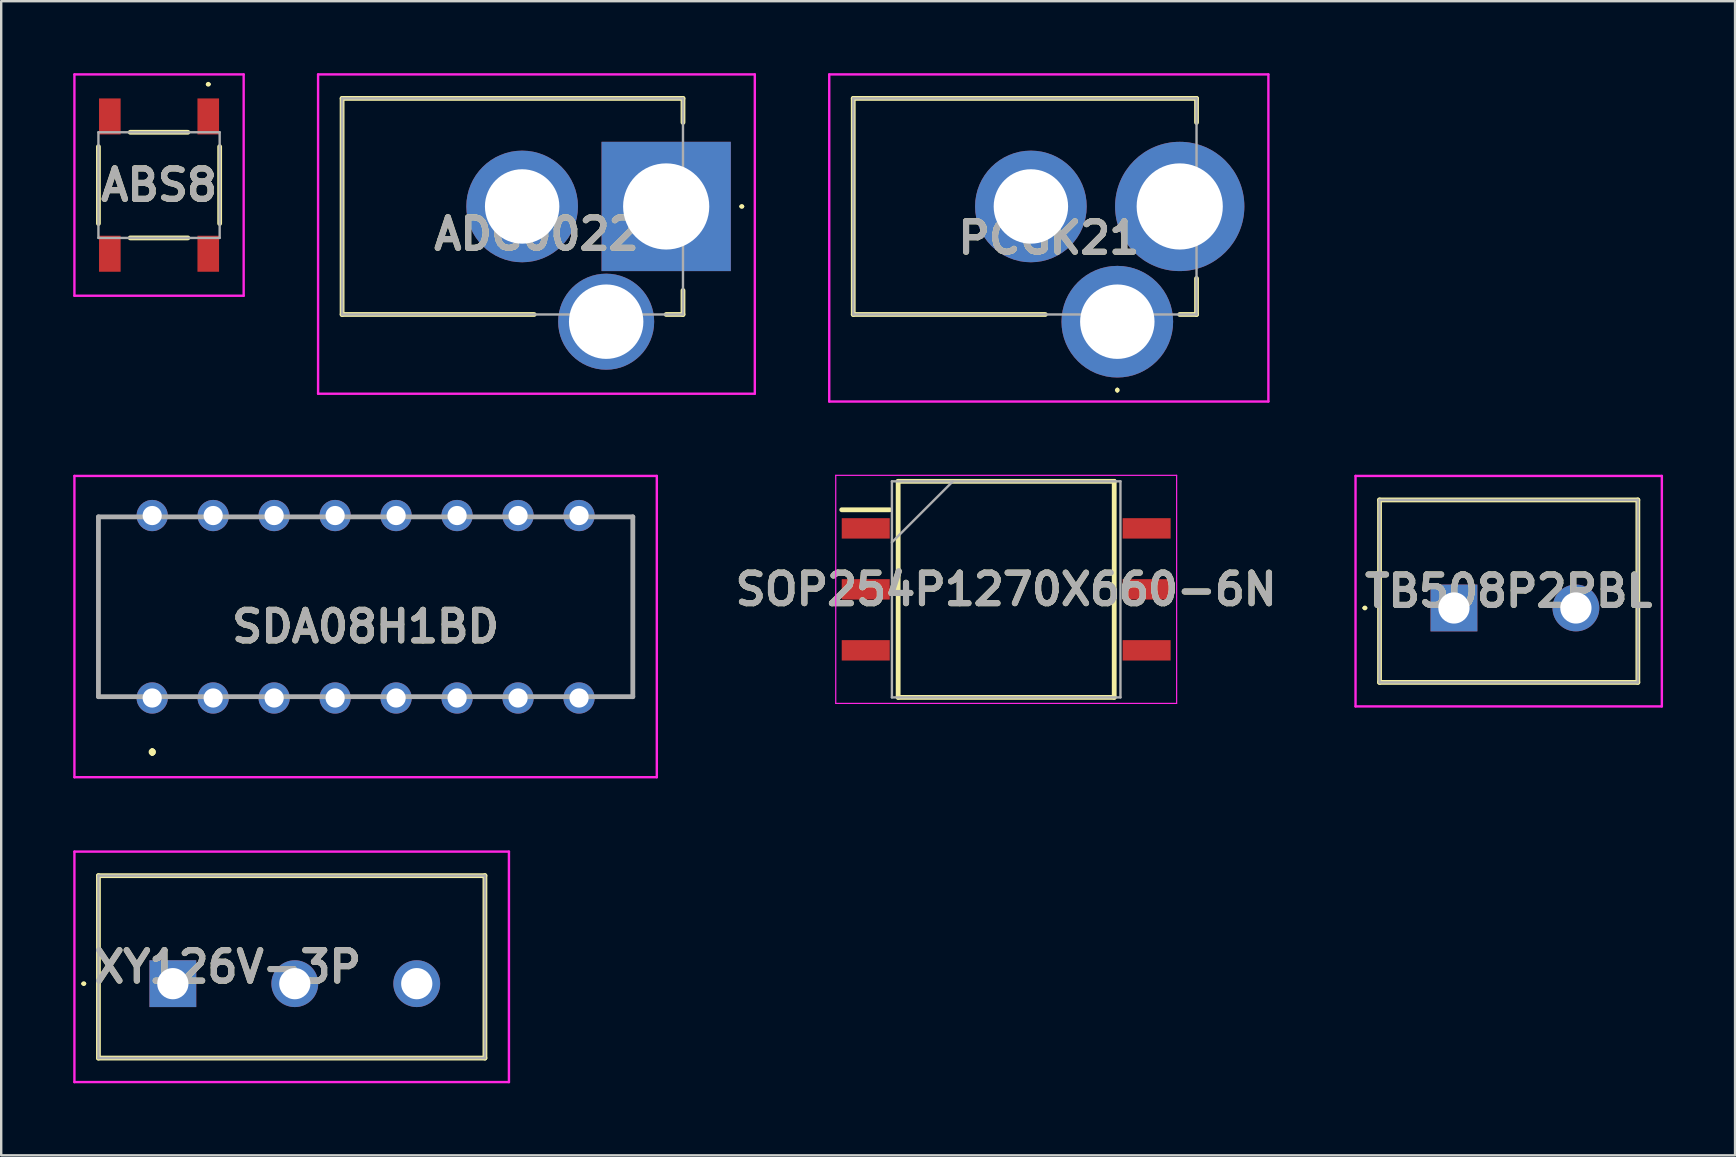
<source format=kicad_pcb>
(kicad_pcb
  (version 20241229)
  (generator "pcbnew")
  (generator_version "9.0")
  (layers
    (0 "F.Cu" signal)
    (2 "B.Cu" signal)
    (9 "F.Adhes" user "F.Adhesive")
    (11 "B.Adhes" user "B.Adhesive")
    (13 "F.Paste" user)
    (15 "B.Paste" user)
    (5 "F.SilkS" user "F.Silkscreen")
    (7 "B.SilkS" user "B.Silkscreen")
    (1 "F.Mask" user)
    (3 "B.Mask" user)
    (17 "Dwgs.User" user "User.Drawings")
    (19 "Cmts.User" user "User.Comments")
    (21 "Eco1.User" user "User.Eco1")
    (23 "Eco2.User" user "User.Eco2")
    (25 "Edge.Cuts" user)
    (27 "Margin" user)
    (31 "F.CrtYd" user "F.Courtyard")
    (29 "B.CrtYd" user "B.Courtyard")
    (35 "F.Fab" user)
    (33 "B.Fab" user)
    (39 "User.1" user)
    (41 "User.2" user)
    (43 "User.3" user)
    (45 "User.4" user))
  (footprint "PCGK21"
    (layer "F.Cu")
    (at 43.492 10.35)
    (property "Reference" "PCGK21" (at -2.854 -3.487 0) (layer "F.SilkS") (effects (font (size 1.27 1.27) (thickness 0.254))))
    (attr through_hole)
    (fp_line (start -11 -9.3) (end -11 -0.3) (stroke (width 0.2) (type solid)) (layer "F.SilkS"))
    (fp_line (start -11 -0.3) (end -3 -0.3) (stroke (width 0.2) (type solid)) (layer "F.SilkS"))
    (fp_line (start 0 2.8) (end 0 2.8) (stroke (width 0.1) (type solid)) (layer "F.SilkS"))
    (fp_line (start 0 2.9) (end 0 2.9) (stroke (width 0.1) (type solid)) (layer "F.SilkS"))
    (fp_line (start 3.3 -9.3) (end -11 -9.3) (stroke (width 0.2) (type solid)) (layer "F.SilkS"))
    (fp_line (start 3.3 -8.3) (end 3.3 -9.3) (stroke (width 0.2) (type solid)) (layer "F.SilkS"))
    (fp_line (start 3.3 -1.8) (end 3.3 -0.3) (stroke (width 0.2) (type solid)) (layer "F.SilkS"))
    (fp_line (start 3.3 -0.3) (end 2.6 -0.3) (stroke (width 0.2) (type solid)) (layer "F.SilkS"))
    (fp_arc (start 0 2.8) (mid 0.05 2.85) (end 0 2.9) (stroke (width 0.1) (type solid)) (layer "F.SilkS"))
    (fp_arc (start 0 2.9) (mid -0.05 2.85) (end 0 2.8) (stroke (width 0.1) (type solid)) (layer "F.SilkS"))
    (fp_line (start -12 -10.3) (end 6.293 -10.3) (stroke (width 0.1) (type solid)) (layer "F.CrtYd"))
    (fp_line (start -12 3.325) (end -12 -10.3) (stroke (width 0.1) (type solid)) (layer "F.CrtYd"))
    (fp_line (start 6.293 -10.3) (end 6.293 3.325) (stroke (width 0.1) (type solid)) (layer "F.CrtYd"))
    (fp_line (start 6.293 3.325) (end -12 3.325) (stroke (width 0.1) (type solid)) (layer "F.CrtYd"))
    (fp_line (start -11 -9.3) (end 3.3 -9.3) (stroke (width 0.1) (type solid)) (layer "F.Fab"))
    (fp_line (start -11 -0.3) (end -11 -9.3) (stroke (width 0.1) (type solid)) (layer "F.Fab"))
    (fp_line (start 3.3 -9.3) (end 3.3 -0.3) (stroke (width 0.1) (type solid)) (layer "F.Fab"))
    (fp_line (start 3.3 -0.3) (end -11 -0.3) (stroke (width 0.1) (type solid)) (layer "F.Fab"))
    (fp_text user "${REFERENCE}" (at -2.854 -3.487 0) (layer "F.Fab") (effects (font (size 1.27 1.27) (thickness 0.254))))
    (pad "2" thru_hole circle (at 0 0) (size 4.65 4.65) (drill 3.1) (layers "*.Cu" "*.Mask"))
    (pad "3" thru_hole circle (at -3.6 -4.8) (size 4.65 4.65) (drill 3.1) (layers "*.Cu" "*.Mask"))
    (pad "4" thru_hole circle (at 2.6 -4.8) (size 5.385 5.385) (drill 3.59) (layers "*.Cu" "*.Mask")))
  (footprint "SOP254P1270X660-6N"
    (layer "F.Cu")
    (at 38.863 21.5)
    (property "Reference" "SOP254P1270X660-6N" (at 0 0 0) (layer "F.SilkS") (effects (font (size 1.27 1.27) (thickness 0.254))))
    (attr smd)
    (fp_line (start -6.85 -3.315) (end -4.85 -3.315) (stroke (width 0.2) (type solid)) (layer "F.SilkS"))
    (fp_line (start -4.5 -4.5) (end 4.5 -4.5) (stroke (width 0.2) (type solid)) (layer "F.SilkS"))
    (fp_line (start -4.5 4.5) (end -4.5 -4.5) (stroke (width 0.2) (type solid)) (layer "F.SilkS"))
    (fp_line (start 4.5 -4.5) (end 4.5 4.5) (stroke (width 0.2) (type solid)) (layer "F.SilkS"))
    (fp_line (start 4.5 4.5) (end -4.5 4.5) (stroke (width 0.2) (type solid)) (layer "F.SilkS"))
    (fp_line (start -7.1 -4.75) (end 7.1 -4.75) (stroke (width 0.05) (type solid)) (layer "F.CrtYd"))
    (fp_line (start -7.1 4.75) (end -7.1 -4.75) (stroke (width 0.05) (type solid)) (layer "F.CrtYd"))
    (fp_line (start 7.1 -4.75) (end 7.1 4.75) (stroke (width 0.05) (type solid)) (layer "F.CrtYd"))
    (fp_line (start 7.1 4.75) (end -7.1 4.75) (stroke (width 0.05) (type solid)) (layer "F.CrtYd"))
    (fp_line (start -4.76 -4.5) (end 4.76 -4.5) (stroke (width 0.1) (type solid)) (layer "F.Fab"))
    (fp_line (start -4.76 -1.96) (end -2.22 -4.5) (stroke (width 0.1) (type solid)) (layer "F.Fab"))
    (fp_line (start -4.76 4.5) (end -4.76 -4.5) (stroke (width 0.1) (type solid)) (layer "F.Fab"))
    (fp_line (start 4.76 -4.5) (end 4.76 4.5) (stroke (width 0.1) (type solid)) (layer "F.Fab"))
    (fp_line (start 4.76 4.5) (end -4.76 4.5) (stroke (width 0.1) (type solid)) (layer "F.Fab"))
    (fp_text user "${REFERENCE}" (at 0 0 0) (layer "F.Fab") (effects (font (size 1.27 1.27) (thickness 0.254))))
    (pad "1" smd rect (at -5.85 -2.54 90) (size 0.85 2) (layers "F.Cu" "F.Mask" "F.Paste"))
    (pad "2" smd rect (at -5.85 0 90) (size 0.85 2) (layers "F.Cu" "F.Mask" "F.Paste"))
    (pad "3" smd rect (at -5.85 2.54 90) (size 0.85 2) (layers "F.Cu" "F.Mask" "F.Paste"))
    (pad "4" smd rect (at 5.85 2.54 90) (size 0.85 2) (layers "F.Cu" "F.Mask" "F.Paste"))
    (pad "5" smd rect (at 5.85 0 90) (size 0.85 2) (layers "F.Cu" "F.Mask" "F.Paste"))
    (pad "6" smd rect (at 5.85 -2.54 90) (size 0.85 2) (layers "F.Cu" "F.Mask" "F.Paste")))
  (footprint "XY126V-3P"
    (layer "F.Cu")
    (at 4.15 37.925)
    (property "Reference" "XY126V-3P" (at 2.28 -0.7 0) (layer "F.SilkS") (effects (font (size 1.27 1.27) (thickness 0.254))))
    (attr through_hole)
    (fp_line (start -3.76 0) (end -3.76 0) (stroke (width 0.1) (type solid)) (layer "F.SilkS"))
    (fp_line (start -3.66 0) (end -3.66 0) (stroke (width 0.1) (type solid)) (layer "F.SilkS"))
    (fp_line (start -3.1 -4.5) (end 13 -4.5) (stroke (width 0.2) (type solid)) (layer "F.SilkS"))
    (fp_line (start -3.1 3.1) (end -3.1 -4.5) (stroke (width 0.2) (type solid)) (layer "F.SilkS"))
    (fp_line (start 13 -4.5) (end 13 3.1) (stroke (width 0.2) (type solid)) (layer "F.SilkS"))
    (fp_line (start 13 3.1) (end -3.1 3.1) (stroke (width 0.2) (type solid)) (layer "F.SilkS"))
    (fp_arc (start -3.76 0) (mid -3.71 -0.05) (end -3.66 0) (stroke (width 0.1) (type solid)) (layer "F.SilkS"))
    (fp_arc (start -3.66 0) (mid -3.71 0.05) (end -3.76 0) (stroke (width 0.1) (type solid)) (layer "F.SilkS"))
    (fp_line (start -4.1 -5.5) (end 14 -5.5) (stroke (width 0.1) (type solid)) (layer "F.CrtYd"))
    (fp_line (start -4.1 4.1) (end -4.1 -5.5) (stroke (width 0.1) (type solid)) (layer "F.CrtYd"))
    (fp_line (start 14 -5.5) (end 14 4.1) (stroke (width 0.1) (type solid)) (layer "F.CrtYd"))
    (fp_line (start 14 4.1) (end -4.1 4.1) (stroke (width 0.1) (type solid)) (layer "F.CrtYd"))
    (fp_line (start -3.1 -4.5) (end 13 -4.5) (stroke (width 0.1) (type solid)) (layer "F.Fab"))
    (fp_line (start -3.1 3.1) (end -3.1 -4.5) (stroke (width 0.1) (type solid)) (layer "F.Fab"))
    (fp_line (start 13 -4.5) (end 13 3.1) (stroke (width 0.1) (type solid)) (layer "F.Fab"))
    (fp_line (start 13 3.1) (end -3.1 3.1) (stroke (width 0.1) (type solid)) (layer "F.Fab"))
    (fp_text user "${REFERENCE}" (at 2.28 -0.7 0) (layer "F.Fab") (effects (font (size 1.27 1.27) (thickness 0.254))))
    (pad "1" thru_hole rect (at 0 0) (size 1.95 1.95) (drill 1.3) (layers "*.Cu" "*.Mask"))
    (pad "2" thru_hole circle (at 5.08 0) (size 1.95 1.95) (drill 1.3) (layers "*.Cu" "*.Mask"))
    (pad "2" thru_hole circle (at 10.16 0) (size 1.95 1.95) (drill 1.3) (layers "*.Cu" "*.Mask")))
  (footprint "ABS8"
    (layer "F.Cu")
    (at 3.575 4.66)
    (property "Reference" "ABS8" (at 0 0 0) (layer "F.SilkS") (effects (font (size 1.27 1.27) (thickness 0.254))))
    (attr smd)
    (fp_line (start -2.525 -1.6) (end -2.525 1.6) (stroke (width 0.2) (type solid)) (layer "F.SilkS"))
    (fp_line (start -1.2 -2.2) (end 1.2 -2.2) (stroke (width 0.2) (type solid)) (layer "F.SilkS"))
    (fp_line (start -1.2 2.2) (end 1.2 2.2) (stroke (width 0.2) (type solid)) (layer "F.SilkS"))
    (fp_line (start 2 -4.2) (end 2 -4.2) (stroke (width 0.1) (type solid)) (layer "F.SilkS"))
    (fp_line (start 2.1 -4.2) (end 2.1 -4.2) (stroke (width 0.1) (type solid)) (layer "F.SilkS"))
    (fp_line (start 2.525 -1.6) (end 2.525 1.6) (stroke (width 0.2) (type solid)) (layer "F.SilkS"))
    (fp_arc (start 2 -4.2) (mid 2.05 -4.25) (end 2.1 -4.2) (stroke (width 0.1) (type solid)) (layer "F.SilkS"))
    (fp_arc (start 2.1 -4.2) (mid 2.05 -4.15) (end 2 -4.2) (stroke (width 0.1) (type solid)) (layer "F.SilkS"))
    (fp_line (start -3.525 -4.61) (end 3.525 -4.61) (stroke (width 0.1) (type solid)) (layer "F.CrtYd"))
    (fp_line (start -3.525 4.61) (end -3.525 -4.61) (stroke (width 0.1) (type solid)) (layer "F.CrtYd"))
    (fp_line (start 3.525 -4.61) (end 3.525 4.61) (stroke (width 0.1) (type solid)) (layer "F.CrtYd"))
    (fp_line (start 3.525 4.61) (end -3.525 4.61) (stroke (width 0.1) (type solid)) (layer "F.CrtYd"))
    (fp_line (start -2.525 -2.2) (end 2.525 -2.2) (stroke (width 0.1) (type solid)) (layer "F.Fab"))
    (fp_line (start -2.525 2.2) (end -2.525 -2.2) (stroke (width 0.1) (type solid)) (layer "F.Fab"))
    (fp_line (start 2.525 -2.2) (end 2.525 2.2) (stroke (width 0.1) (type solid)) (layer "F.Fab"))
    (fp_line (start 2.525 2.2) (end -2.525 2.2) (stroke (width 0.1) (type solid)) (layer "F.Fab"))
    (fp_text user "${REFERENCE}" (at 0 0 0) (layer "F.Fab") (effects (font (size 1.27 1.27) (thickness 0.254))))
    (pad "1" smd rect (at 2.05 -2.86) (size 0.9 1.5) (layers "F.Cu" "F.Mask" "F.Paste"))
    (pad "2" smd rect (at 2.05 2.86) (size 0.9 1.5) (layers "F.Cu" "F.Mask" "F.Paste"))
    (pad "3" smd rect (at -2.05 2.86) (size 0.9 1.5) (layers "F.Cu" "F.Mask" "F.Paste"))
    (pad "4" smd rect (at -2.05 -2.86) (size 0.9 1.5) (layers "F.Cu" "F.Mask" "F.Paste")))
  (footprint "TB508P2PBL"
    (layer "F.Cu")
    (at 57.515 22.275)
    (property "Reference" "TB508P2PBL" (at 2.28 -0.7 0) (layer "F.SilkS") (effects (font (size 1.27 1.27) (thickness 0.254))))
    (attr through_hole)
    (fp_line (start -3.76 0) (end -3.76 0) (stroke (width 0.1) (type solid)) (layer "F.SilkS"))
    (fp_line (start -3.66 0) (end -3.66 0) (stroke (width 0.1) (type solid)) (layer "F.SilkS"))
    (fp_line (start -3.1 -4.5) (end 7.66 -4.5) (stroke (width 0.2) (type solid)) (layer "F.SilkS"))
    (fp_line (start -3.1 3.1) (end -3.1 -4.5) (stroke (width 0.2) (type solid)) (layer "F.SilkS"))
    (fp_line (start 7.66 -4.5) (end 7.66 3.1) (stroke (width 0.2) (type solid)) (layer "F.SilkS"))
    (fp_line (start 7.66 3.1) (end -3.1 3.1) (stroke (width 0.2) (type solid)) (layer "F.SilkS"))
    (fp_arc (start -3.76 0) (mid -3.71 -0.05) (end -3.66 0) (stroke (width 0.1) (type solid)) (layer "F.SilkS"))
    (fp_arc (start -3.66 0) (mid -3.71 0.05) (end -3.76 0) (stroke (width 0.1) (type solid)) (layer "F.SilkS"))
    (fp_line (start -4.1 -5.5) (end 8.66 -5.5) (stroke (width 0.1) (type solid)) (layer "F.CrtYd"))
    (fp_line (start -4.1 4.1) (end -4.1 -5.5) (stroke (width 0.1) (type solid)) (layer "F.CrtYd"))
    (fp_line (start 8.66 -5.5) (end 8.66 4.1) (stroke (width 0.1) (type solid)) (layer "F.CrtYd"))
    (fp_line (start 8.66 4.1) (end -4.1 4.1) (stroke (width 0.1) (type solid)) (layer "F.CrtYd"))
    (fp_line (start -3.1 -4.5) (end 7.66 -4.5) (stroke (width 0.1) (type solid)) (layer "F.Fab"))
    (fp_line (start -3.1 3.1) (end -3.1 -4.5) (stroke (width 0.1) (type solid)) (layer "F.Fab"))
    (fp_line (start 7.66 -4.5) (end 7.66 3.1) (stroke (width 0.1) (type solid)) (layer "F.Fab"))
    (fp_line (start 7.66 3.1) (end -3.1 3.1) (stroke (width 0.1) (type solid)) (layer "F.Fab"))
    (fp_text user "${REFERENCE}" (at 2.28 -0.7 0) (layer "F.Fab") (effects (font (size 1.27 1.27) (thickness 0.254))))
    (pad "1" thru_hole rect (at 0 0) (size 1.95 1.95) (drill 1.3) (layers "*.Cu" "*.Mask"))
    (pad "2" thru_hole circle (at 5.08 0) (size 1.95 1.95) (drill 1.3) (layers "*.Cu" "*.Mask")))
  (footprint "ADC0022"
    (layer "F.Cu")
    (at 24.7 5.55)
    (property "Reference" "ADC0022" (at -5.404 1.15 0) (layer "F.SilkS") (effects (font (size 1.27 1.27) (thickness 0.254))))
    (attr through_hole)
    (fp_line (start -13.5 -4.5) (end 0.7 -4.5) (stroke (width 0.2) (type solid)) (layer "F.SilkS"))
    (fp_line (start -13.5 4.5) (end -13.5 -4.5) (stroke (width 0.2) (type solid)) (layer "F.SilkS"))
    (fp_line (start -5.5 4.5) (end -13.5 4.5) (stroke (width 0.2) (type solid)) (layer "F.SilkS"))
    (fp_line (start 0.7 -4.5) (end 0.7 -3.5) (stroke (width 0.2) (type solid)) (layer "F.SilkS"))
    (fp_line (start 0.7 3.5) (end 0.7 4.5) (stroke (width 0.2) (type solid)) (layer "F.SilkS"))
    (fp_line (start 0.7 4.5) (end 0 4.5) (stroke (width 0.2) (type solid)) (layer "F.SilkS"))
    (fp_line (start 3.1 0) (end 3.1 0) (stroke (width 0.1) (type solid)) (layer "F.SilkS"))
    (fp_line (start 3.2 0) (end 3.2 0) (stroke (width 0.1) (type solid)) (layer "F.SilkS"))
    (fp_arc (start 3.1 0) (mid 3.15 -0.05) (end 3.2 0) (stroke (width 0.1) (type solid)) (layer "F.SilkS"))
    (fp_arc (start 3.2 0) (mid 3.15 0.05) (end 3.1 0) (stroke (width 0.1) (type solid)) (layer "F.SilkS"))
    (fp_line (start -14.5 -5.5) (end 3.692 -5.5) (stroke (width 0.1) (type solid)) (layer "F.CrtYd"))
    (fp_line (start -14.5 7.8) (end -14.5 -5.5) (stroke (width 0.1) (type solid)) (layer "F.CrtYd"))
    (fp_line (start 3.692 -5.5) (end 3.692 7.8) (stroke (width 0.1) (type solid)) (layer "F.CrtYd"))
    (fp_line (start 3.692 7.8) (end -14.5 7.8) (stroke (width 0.1) (type solid)) (layer "F.CrtYd"))
    (fp_line (start -13.5 -4.5) (end 0.7 -4.5) (stroke (width 0.1) (type solid)) (layer "F.Fab"))
    (fp_line (start -13.5 4.5) (end -13.5 -4.5) (stroke (width 0.1) (type solid)) (layer "F.Fab"))
    (fp_line (start 0.7 -4.5) (end 0.7 4.5) (stroke (width 0.1) (type solid)) (layer "F.Fab"))
    (fp_line (start 0.7 4.5) (end -13.5 4.5) (stroke (width 0.1) (type solid)) (layer "F.Fab"))
    (fp_text user "${REFERENCE}" (at -5.404 1.15 0) (layer "F.Fab") (effects (font (size 1.27 1.27) (thickness 0.254))))
    (pad "1" thru_hole rect (at 0 0) (size 5.385 5.385) (drill 3.59) (layers "*.Cu" "*.Mask"))
    (pad "2" thru_hole circle (at -6 0) (size 4.65 4.65) (drill 3.1) (layers "*.Cu" "*.Mask"))
    (pad "3" thru_hole circle (at -2.5 4.8) (size 4 4) (drill 3.1) (layers "*.Cu" "*.Mask")))
  (footprint "SDA08H1BD"
    (layer "F.Cu")
    (at 3.29 26.025)
    (property "Reference" "SDA08H1BD" (at 8.89 -2.975 0) (layer "F.SilkS") (effects (font (size 1.27 1.27) (thickness 0.254))))
    (attr through_hole)
    (fp_line (start -2.24 -7.545) (end -2.24 -7.545) (stroke (width 0.1) (type solid)) (layer "F.SilkS"))
    (fp_line (start -2.24 -7.545) (end -2.24 -7.545) (stroke (width 0.1) (type solid)) (layer "F.SilkS"))
    (fp_line (start -2.24 -7.545) (end -2.24 -0.055) (stroke (width 0.1) (type solid)) (layer "F.SilkS"))
    (fp_line (start -2.24 -7.545) (end -1.36 -7.545) (stroke (width 0.1) (type solid)) (layer "F.SilkS"))
    (fp_line (start -2.24 -0.055) (end -2.24 -7.545) (stroke (width 0.1) (type solid)) (layer "F.SilkS"))
    (fp_line (start -2.24 -0.055) (end -2.24 -0.055) (stroke (width 0.1) (type solid)) (layer "F.SilkS"))
    (fp_line (start -2.24 -0.05) (end -2.24 -0.05) (stroke (width 0.1) (type solid)) (layer "F.SilkS"))
    (fp_line (start -2.24 -0.05) (end -1.36 -0.05) (stroke (width 0.1) (type solid)) (layer "F.SilkS"))
    (fp_line (start -1.36 -7.545) (end -2.24 -7.545) (stroke (width 0.1) (type solid)) (layer "F.SilkS"))
    (fp_line (start -1.36 -7.545) (end -1.36 -7.545) (stroke (width 0.1) (type solid)) (layer "F.SilkS"))
    (fp_line (start -1.36 -0.05) (end -2.24 -0.05) (stroke (width 0.1) (type solid)) (layer "F.SilkS"))
    (fp_line (start -1.36 -0.05) (end -1.36 -0.05) (stroke (width 0.1) (type solid)) (layer "F.SilkS"))
    (fp_line (start 0 2.2) (end 0 2.2) (stroke (width 0.2) (type solid)) (layer "F.SilkS"))
    (fp_line (start 0 2.3) (end 0 2.3) (stroke (width 0.2) (type solid)) (layer "F.SilkS"))
    (fp_line (start 0 2.3) (end 0 2.3) (stroke (width 0.2) (type solid)) (layer "F.SilkS"))
    (fp_line (start 19.14 -7.545) (end 19.14 -7.545) (stroke (width 0.1) (type solid)) (layer "F.SilkS"))
    (fp_line (start 19.14 -7.545) (end 20.02 -7.545) (stroke (width 0.1) (type solid)) (layer "F.SilkS"))
    (fp_line (start 19.14 -0.05) (end 19.14 -0.05) (stroke (width 0.1) (type solid)) (layer "F.SilkS"))
    (fp_line (start 19.14 -0.05) (end 20.02 -0.05) (stroke (width 0.1) (type solid)) (layer "F.SilkS"))
    (fp_line (start 20.02 -7.545) (end 19.14 -7.545) (stroke (width 0.1) (type solid)) (layer "F.SilkS"))
    (fp_line (start 20.02 -7.545) (end 20.02 -7.545) (stroke (width 0.1) (type solid)) (layer "F.SilkS"))
    (fp_line (start 20.02 -7.545) (end 20.02 -7.545) (stroke (width 0.1) (type solid)) (layer "F.SilkS"))
    (fp_line (start 20.02 -7.545) (end 20.02 -0.05) (stroke (width 0.1) (type solid)) (layer "F.SilkS"))
    (fp_line (start 20.02 -0.05) (end 19.14 -0.05) (stroke (width 0.1) (type solid)) (layer "F.SilkS"))
    (fp_line (start 20.02 -0.05) (end 20.02 -7.545) (stroke (width 0.1) (type solid)) (layer "F.SilkS"))
    (fp_line (start 20.02 -0.05) (end 20.02 -0.05) (stroke (width 0.1) (type solid)) (layer "F.SilkS"))
    (fp_line (start 20.02 -0.05) (end 20.02 -0.05) (stroke (width 0.1) (type solid)) (layer "F.SilkS"))
    (fp_arc (start 0 2.2) (mid 0.05 2.25) (end 0 2.3) (stroke (width 0.2) (type solid)) (layer "F.SilkS"))
    (fp_arc (start 0 2.2) (mid 0.05 2.25) (end 0 2.3) (stroke (width 0.2) (type solid)) (layer "F.SilkS"))
    (fp_arc (start 0 2.3) (mid -0.05 2.25) (end 0 2.2) (stroke (width 0.2) (type solid)) (layer "F.SilkS"))
    (fp_line (start -3.24 -9.25) (end 21.02 -9.25) (stroke (width 0.1) (type solid)) (layer "F.CrtYd"))
    (fp_line (start -3.24 3.3) (end -3.24 -9.25) (stroke (width 0.1) (type solid)) (layer "F.CrtYd"))
    (fp_line (start 21.02 -9.25) (end 21.02 3.3) (stroke (width 0.1) (type solid)) (layer "F.CrtYd"))
    (fp_line (start 21.02 3.3) (end -3.24 3.3) (stroke (width 0.1) (type solid)) (layer "F.CrtYd"))
    (fp_line (start -2.24 -7.545) (end -2.24 -0.055) (stroke (width 0.2) (type solid)) (layer "F.Fab"))
    (fp_line (start -2.24 -0.055) (end 20.02 -0.055) (stroke (width 0.2) (type solid)) (layer "F.Fab"))
    (fp_line (start 20.02 -7.545) (end -2.24 -7.545) (stroke (width 0.2) (type solid)) (layer "F.Fab"))
    (fp_line (start 20.02 -0.055) (end 20.02 -7.545) (stroke (width 0.2) (type solid)) (layer "F.Fab"))
    (fp_text user "${REFERENCE}" (at 8.89 -2.975 0) (layer "F.Fab") (effects (font (size 1.27 1.27) (thickness 0.254))))
    (pad "1" thru_hole circle (at 0 0) (size 1.3 1.3) (drill 0.8) (layers "*.Cu" "*.Mask"))
    (pad "2" thru_hole circle (at 2.54 0) (size 1.3 1.3) (drill 0.8) (layers "*.Cu" "*.Mask"))
    (pad "3" thru_hole circle (at 5.08 0) (size 1.3 1.3) (drill 0.8) (layers "*.Cu" "*.Mask"))
    (pad "4" thru_hole circle (at 7.62 0) (size 1.3 1.3) (drill 0.8) (layers "*.Cu" "*.Mask"))
    (pad "5" thru_hole circle (at 10.16 0) (size 1.3 1.3) (drill 0.8) (layers "*.Cu" "*.Mask"))
    (pad "6" thru_hole circle (at 12.7 0) (size 1.3 1.3) (drill 0.8) (layers "*.Cu" "*.Mask"))
    (pad "7" thru_hole circle (at 15.24 0) (size 1.3 1.3) (drill 0.8) (layers "*.Cu" "*.Mask"))
    (pad "8" thru_hole circle (at 17.78 0) (size 1.3 1.3) (drill 0.8) (layers "*.Cu" "*.Mask"))
    (pad "9" thru_hole circle (at 17.78 -7.6) (size 1.3 1.3) (drill 0.8) (layers "*.Cu" "*.Mask"))
    (pad "10" thru_hole circle (at 15.24 -7.6) (size 1.3 1.3) (drill 0.8) (layers "*.Cu" "*.Mask"))
    (pad "11" thru_hole circle (at 12.7 -7.6) (size 1.3 1.3) (drill 0.8) (layers "*.Cu" "*.Mask"))
    (pad "12" thru_hole circle (at 10.16 -7.6) (size 1.3 1.3) (drill 0.8) (layers "*.Cu" "*.Mask"))
    (pad "13" thru_hole circle (at 7.62 -7.6) (size 1.3 1.3) (drill 0.8) (layers "*.Cu" "*.Mask"))
    (pad "14" thru_hole circle (at 5.08 -7.6) (size 1.3 1.3) (drill 0.8) (layers "*.Cu" "*.Mask"))
    (pad "15" thru_hole circle (at 2.54 -7.6) (size 1.3 1.3) (drill 0.8) (layers "*.Cu" "*.Mask"))
    (pad "16" thru_hole circle (at 0 -7.6) (size 1.3 1.3) (drill 0.8) (layers "*.Cu" "*.Mask")))
  (gr_rect
    (start -3 -3)
    (end 69.225 45.075)
    (stroke (width 0.1) (type default))
    (fill no)
    (layer "Edge.Cuts")))
</source>
